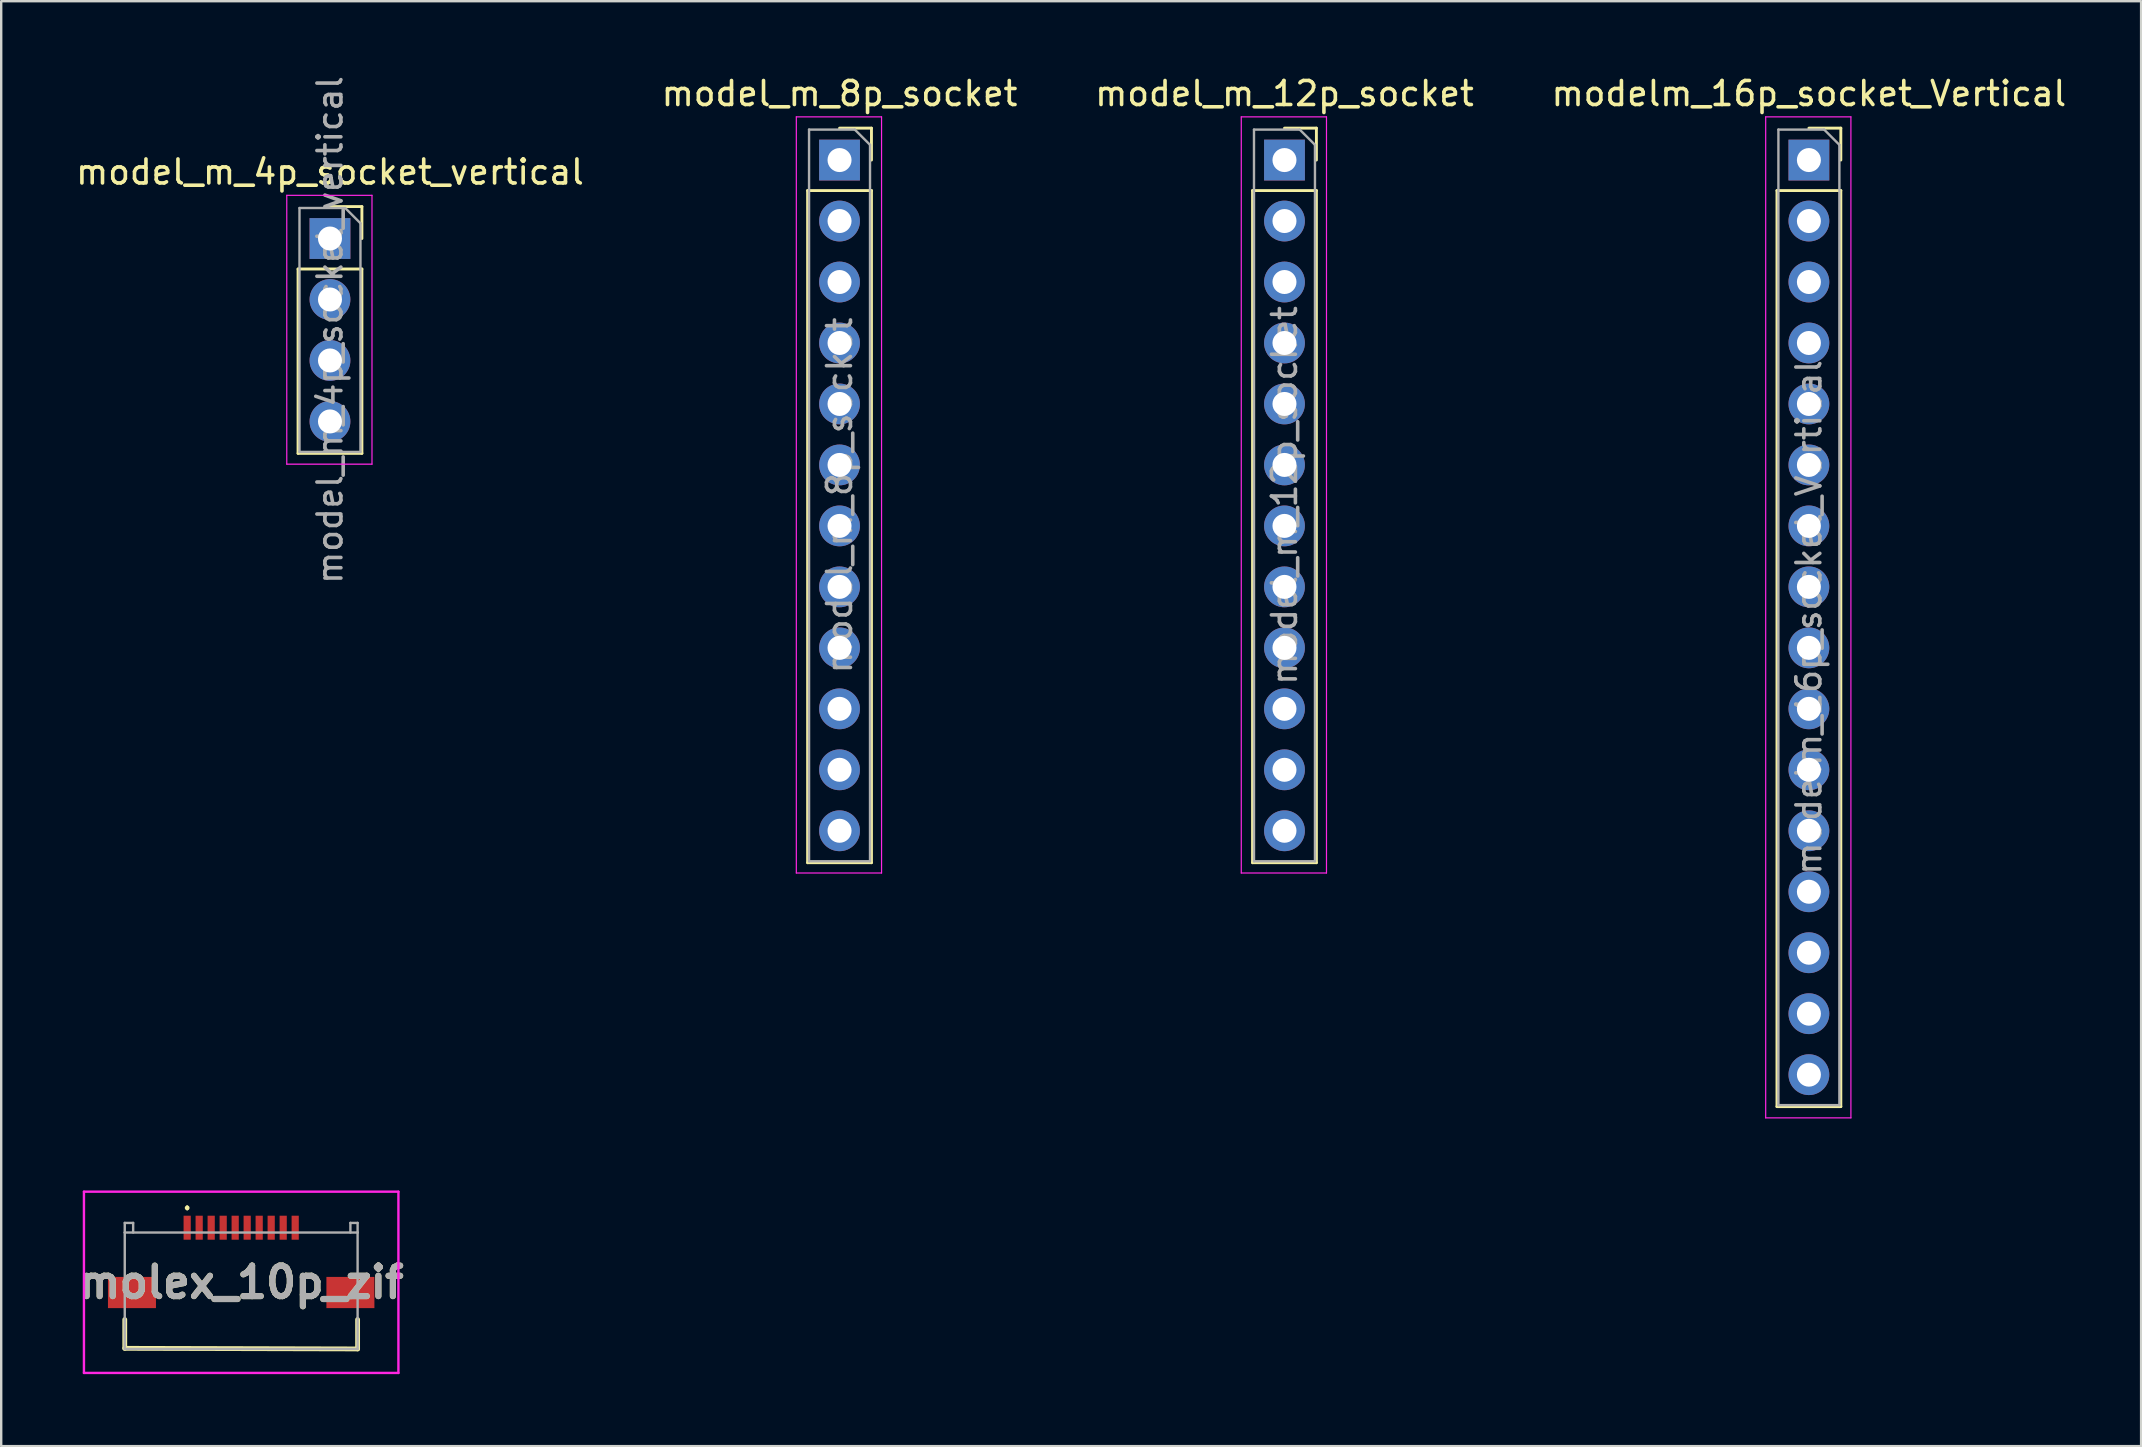
<source format=kicad_pcb>
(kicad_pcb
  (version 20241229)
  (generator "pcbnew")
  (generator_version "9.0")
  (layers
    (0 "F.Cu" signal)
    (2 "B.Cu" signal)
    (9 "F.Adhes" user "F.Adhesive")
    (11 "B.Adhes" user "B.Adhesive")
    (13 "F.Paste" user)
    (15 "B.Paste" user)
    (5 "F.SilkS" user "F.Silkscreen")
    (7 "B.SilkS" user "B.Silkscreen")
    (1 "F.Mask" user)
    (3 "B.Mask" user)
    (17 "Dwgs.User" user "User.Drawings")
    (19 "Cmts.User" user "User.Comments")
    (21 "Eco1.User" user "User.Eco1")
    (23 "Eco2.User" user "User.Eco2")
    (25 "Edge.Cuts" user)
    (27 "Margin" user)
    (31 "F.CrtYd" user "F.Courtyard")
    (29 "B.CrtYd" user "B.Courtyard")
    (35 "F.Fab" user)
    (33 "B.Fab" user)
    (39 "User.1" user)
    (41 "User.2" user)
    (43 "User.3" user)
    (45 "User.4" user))
  (footprint "model_m_4p_socket_vertical"
    (layer "F.Cu")
    (at 10.696 6.886)
    (property "Reference" "model_m_4p_socket_vertical" (at 0 -2.77 180) (layer "F.SilkS") (effects (font (size 1 1) (thickness 0.15))))
    (attr through_hole)
    (fp_line (start -1.33 1.27) (end -1.33 8.95) (stroke (width 0.12) (type solid)) (layer "F.SilkS"))
    (fp_line (start -1.33 1.27) (end 1.33 1.27) (stroke (width 0.12) (type solid)) (layer "F.SilkS"))
    (fp_line (start -1.33 8.95) (end 1.33 8.95) (stroke (width 0.12) (type solid)) (layer "F.SilkS"))
    (fp_line (start 0 -1.33) (end 1.33 -1.33) (stroke (width 0.12) (type solid)) (layer "F.SilkS"))
    (fp_line (start 1.33 -1.33) (end 1.33 0) (stroke (width 0.12) (type solid)) (layer "F.SilkS"))
    (fp_line (start 1.33 1.27) (end 1.33 8.95) (stroke (width 0.12) (type solid)) (layer "F.SilkS"))
    (fp_line (start -1.8 -1.8) (end 1.75 -1.8) (stroke (width 0.05) (type solid)) (layer "F.CrtYd"))
    (fp_line (start -1.8 9.4) (end -1.8 -1.8) (stroke (width 0.05) (type solid)) (layer "F.CrtYd"))
    (fp_line (start 1.75 -1.8) (end 1.75 9.4) (stroke (width 0.05) (type solid)) (layer "F.CrtYd"))
    (fp_line (start 1.75 9.4) (end -1.8 9.4) (stroke (width 0.05) (type solid)) (layer "F.CrtYd"))
    (fp_line (start -1.27 -1.27) (end 0.635 -1.27) (stroke (width 0.1) (type solid)) (layer "F.Fab"))
    (fp_line (start -1.27 8.89) (end -1.27 -1.27) (stroke (width 0.1) (type solid)) (layer "F.Fab"))
    (fp_line (start 0.635 -1.27) (end 1.27 -0.635) (stroke (width 0.1) (type solid)) (layer "F.Fab"))
    (fp_line (start 1.27 -0.635) (end 1.27 8.89) (stroke (width 0.1) (type solid)) (layer "F.Fab"))
    (fp_line (start 1.27 8.89) (end -1.27 8.89) (stroke (width 0.1) (type solid)) (layer "F.Fab"))
    (fp_text user "${REFERENCE}" (at 0 3.81 90) (layer "F.Fab") (effects (font (size 1 1) (thickness 0.15))))
    (pad "1" thru_hole rect (at 0 0) (size 1.7 1.7) (drill 1) (layers "*.Cu" "*.Mask"))
    (pad "2" thru_hole oval (at 0 2.54) (size 1.7 1.7) (drill 1) (layers "*.Cu" "*.Mask"))
    (pad "3" thru_hole oval (at 0 5.08) (size 1.7 1.7) (drill 1) (layers "*.Cu" "*.Mask"))
    (pad "4" thru_hole oval (at 0 7.62) (size 1.7 1.7) (drill 1) (layers "*.Cu" "*.Mask")))
  (footprint "modelm_16p_socket_Vertical"
    (layer "F.Cu")
    (at 72.304 3.618)
    (property "Reference" "modelm_16p_socket_Vertical" (at 0 -2.77 0) (layer "F.SilkS") (effects (font (size 1 1) (thickness 0.15))))
    (attr through_hole)
    (fp_line (start -1.33 1.27) (end -1.33 39.43) (stroke (width 0.12) (type solid)) (layer "F.SilkS"))
    (fp_line (start -1.33 1.27) (end 1.33 1.27) (stroke (width 0.12) (type solid)) (layer "F.SilkS"))
    (fp_line (start -1.33 39.43) (end 1.33 39.43) (stroke (width 0.12) (type solid)) (layer "F.SilkS"))
    (fp_line (start 0 -1.33) (end 1.33 -1.33) (stroke (width 0.12) (type solid)) (layer "F.SilkS"))
    (fp_line (start 1.33 -1.33) (end 1.33 0) (stroke (width 0.12) (type solid)) (layer "F.SilkS"))
    (fp_line (start 1.33 1.27) (end 1.33 39.43) (stroke (width 0.12) (type solid)) (layer "F.SilkS"))
    (fp_line (start -1.8 -1.8) (end 1.75 -1.8) (stroke (width 0.05) (type solid)) (layer "F.CrtYd"))
    (fp_line (start -1.8 39.9) (end -1.8 -1.8) (stroke (width 0.05) (type solid)) (layer "F.CrtYd"))
    (fp_line (start 1.75 -1.8) (end 1.75 39.9) (stroke (width 0.05) (type solid)) (layer "F.CrtYd"))
    (fp_line (start 1.75 39.9) (end -1.8 39.9) (stroke (width 0.05) (type solid)) (layer "F.CrtYd"))
    (fp_line (start -1.27 -1.27) (end 0.635 -1.27) (stroke (width 0.1) (type solid)) (layer "F.Fab"))
    (fp_line (start -1.27 39.37) (end -1.27 -1.27) (stroke (width 0.1) (type solid)) (layer "F.Fab"))
    (fp_line (start 0.635 -1.27) (end 1.27 -0.635) (stroke (width 0.1) (type solid)) (layer "F.Fab"))
    (fp_line (start 1.27 -0.635) (end 1.27 39.37) (stroke (width 0.1) (type solid)) (layer "F.Fab"))
    (fp_line (start 1.27 39.37) (end -1.27 39.37) (stroke (width 0.1) (type solid)) (layer "F.Fab"))
    (fp_text user "${REFERENCE}" (at 0 19.05 90) (layer "F.Fab") (effects (font (size 1 1) (thickness 0.15))))
    (pad "1" thru_hole rect (at 0 0) (size 1.7 1.7) (drill 1) (layers "*.Cu" "*.Mask"))
    (pad "2" thru_hole oval (at 0 2.54) (size 1.7 1.7) (drill 1) (layers "*.Cu" "*.Mask"))
    (pad "3" thru_hole oval (at 0 5.08) (size 1.7 1.7) (drill 1) (layers "*.Cu" "*.Mask"))
    (pad "4" thru_hole oval (at 0 7.62) (size 1.7 1.7) (drill 1) (layers "*.Cu" "*.Mask"))
    (pad "5" thru_hole oval (at 0 10.16) (size 1.7 1.7) (drill 1) (layers "*.Cu" "*.Mask"))
    (pad "6" thru_hole oval (at 0 12.7) (size 1.7 1.7) (drill 1) (layers "*.Cu" "*.Mask"))
    (pad "7" thru_hole oval (at 0 15.24) (size 1.7 1.7) (drill 1) (layers "*.Cu" "*.Mask"))
    (pad "8" thru_hole oval (at 0 17.78) (size 1.7 1.7) (drill 1) (layers "*.Cu" "*.Mask"))
    (pad "9" thru_hole oval (at 0 20.32) (size 1.7 1.7) (drill 1) (layers "*.Cu" "*.Mask"))
    (pad "10" thru_hole oval (at 0 22.86) (size 1.7 1.7) (drill 1) (layers "*.Cu" "*.Mask"))
    (pad "11" thru_hole oval (at 0 25.4) (size 1.7 1.7) (drill 1) (layers "*.Cu" "*.Mask"))
    (pad "12" thru_hole oval (at 0 27.94) (size 1.7 1.7) (drill 1) (layers "*.Cu" "*.Mask"))
    (pad "13" thru_hole oval (at 0 30.48) (size 1.7 1.7) (drill 1) (layers "*.Cu" "*.Mask"))
    (pad "14" thru_hole oval (at 0 33.02) (size 1.7 1.7) (drill 1) (layers "*.Cu" "*.Mask"))
    (pad "15" thru_hole oval (at 0 35.56) (size 1.7 1.7) (drill 1) (layers "*.Cu" "*.Mask"))
    (pad "16" thru_hole oval (at 0 38.1) (size 1.7 1.7) (drill 1) (layers "*.Cu" "*.Mask")))
  (footprint "molex_10p_zif"
    (layer "F.Cu")
    (at 6.997 50.518)
    (property "Reference" "molex_10p_zif" (at 0 -0.15 0) (layer "F.SilkS") (effects (font (size 1.27 1.27) (thickness 0.254))))
    (attr smd)
    (fp_line (start -4.85 1.4) (end -4.85 2.6) (stroke (width 0.2) (type solid)) (layer "F.SilkS"))
    (fp_line (start -4.85 2.6) (end 4.85 2.625) (stroke (width 0.2) (type solid)) (layer "F.SilkS"))
    (fp_line (start -2.25 -3.3) (end -2.25 -3.3) (stroke (width 0.1) (type solid)) (layer "F.SilkS"))
    (fp_line (start -2.25 -3.2) (end -2.25 -3.2) (stroke (width 0.1) (type solid)) (layer "F.SilkS"))
    (fp_line (start 4.85 2.625) (end 4.85 1.4) (stroke (width 0.2) (type solid)) (layer "F.SilkS"))
    (fp_arc (start -2.25 -3.3) (mid -2.2 -3.25) (end -2.25 -3.2) (stroke (width 0.1) (type solid)) (layer "F.SilkS"))
    (fp_arc (start -2.25 -3.2) (mid -2.3 -3.25) (end -2.25 -3.3) (stroke (width 0.1) (type solid)) (layer "F.SilkS"))
    (fp_line (start -6.55 -3.925) (end 6.55 -3.925) (stroke (width 0.1) (type solid)) (layer "F.CrtYd"))
    (fp_line (start -6.55 3.625) (end -6.55 -3.925) (stroke (width 0.1) (type solid)) (layer "F.CrtYd"))
    (fp_line (start 6.55 -3.925) (end 6.55 3.625) (stroke (width 0.1) (type solid)) (layer "F.CrtYd"))
    (fp_line (start 6.55 3.625) (end -6.55 3.625) (stroke (width 0.1) (type solid)) (layer "F.CrtYd"))
    (fp_line (start -4.85 -2.625) (end -4.5 -2.625) (stroke (width 0.1) (type solid)) (layer "F.Fab"))
    (fp_line (start -4.85 -2.225) (end -4.85 -2.625) (stroke (width 0.1) (type solid)) (layer "F.Fab"))
    (fp_line (start -4.85 -2.225) (end 4.85 -2.225) (stroke (width 0.1) (type solid)) (layer "F.Fab"))
    (fp_line (start -4.85 2.625) (end -4.85 -2.225) (stroke (width 0.1) (type solid)) (layer "F.Fab"))
    (fp_line (start -4.5 -2.625) (end -4.5 -2.225) (stroke (width 0.1) (type solid)) (layer "F.Fab"))
    (fp_line (start 4.55 -2.625) (end 4.55 -2.225) (stroke (width 0.1) (type solid)) (layer "F.Fab"))
    (fp_line (start 4.85 -2.625) (end 4.55 -2.625) (stroke (width 0.1) (type solid)) (layer "F.Fab"))
    (fp_line (start 4.85 -2.225) (end 4.85 -2.625) (stroke (width 0.1) (type solid)) (layer "F.Fab"))
    (fp_line (start 4.85 -2.225) (end 4.85 2.625) (stroke (width 0.1) (type solid)) (layer "F.Fab"))
    (fp_line (start 4.85 2.625) (end -4.85 2.625) (stroke (width 0.1) (type solid)) (layer "F.Fab"))
    (fp_text user "${REFERENCE}" (at 0 -0.15 0) (layer "F.Fab") (effects (font (size 1.27 1.27) (thickness 0.254))))
    (pad "1" smd rect (at -2.25 -2.425) (size 0.3 1) (layers "F.Cu" "F.Mask" "F.Paste"))
    (pad "2" smd rect (at -1.75 -2.425) (size 0.3 1) (layers "F.Cu" "F.Mask" "F.Paste"))
    (pad "3" smd rect (at -1.25 -2.425) (size 0.3 1) (layers "F.Cu" "F.Mask" "F.Paste"))
    (pad "4" smd rect (at -0.75 -2.425) (size 0.3 1) (layers "F.Cu" "F.Mask" "F.Paste"))
    (pad "5" smd rect (at -0.25 -2.425) (size 0.3 1) (layers "F.Cu" "F.Mask" "F.Paste"))
    (pad "6" smd rect (at 0.25 -2.425) (size 0.3 1) (layers "F.Cu" "F.Mask" "F.Paste"))
    (pad "7" smd rect (at 0.75 -2.425) (size 0.3 1) (layers "F.Cu" "F.Mask" "F.Paste"))
    (pad "8" smd rect (at 1.25 -2.425) (size 0.3 1) (layers "F.Cu" "F.Mask" "F.Paste"))
    (pad "9" smd rect (at 1.75 -2.425) (size 0.3 1) (layers "F.Cu" "F.Mask" "F.Paste"))
    (pad "10" smd rect (at 2.25 -2.425) (size 0.3 1) (layers "F.Cu" "F.Mask" "F.Paste"))
    (pad "MP1" smd rect (at -4.55 0.275 90) (size 1.3 2) (layers "F.Cu" "F.Mask" "F.Paste"))
    (pad "MP2" smd rect (at 4.55 0.275 90) (size 1.3 2) (layers "F.Cu" "F.Mask" "F.Paste")))
  (footprint "model_m_12p_socket"
    (layer "F.Cu")
    (at 50.458 3.618)
    (property "Reference" "model_m_12p_socket" (at 0 -2.77 0) (layer "F.SilkS") (effects (font (size 1 1) (thickness 0.15))))
    (attr through_hole)
    (fp_line (start -1.33 1.27) (end -1.33 29.27) (stroke (width 0.12) (type solid)) (layer "F.SilkS"))
    (fp_line (start -1.33 1.27) (end 1.33 1.27) (stroke (width 0.12) (type solid)) (layer "F.SilkS"))
    (fp_line (start -1.33 29.27) (end 1.33 29.27) (stroke (width 0.12) (type solid)) (layer "F.SilkS"))
    (fp_line (start 0 -1.33) (end 1.33 -1.33) (stroke (width 0.12) (type solid)) (layer "F.SilkS"))
    (fp_line (start 1.33 -1.33) (end 1.33 0) (stroke (width 0.12) (type solid)) (layer "F.SilkS"))
    (fp_line (start 1.33 1.27) (end 1.33 29.27) (stroke (width 0.12) (type solid)) (layer "F.SilkS"))
    (fp_line (start -1.8 -1.8) (end 1.75 -1.8) (stroke (width 0.05) (type solid)) (layer "F.CrtYd"))
    (fp_line (start -1.8 29.7) (end -1.8 -1.8) (stroke (width 0.05) (type solid)) (layer "F.CrtYd"))
    (fp_line (start 1.75 -1.8) (end 1.75 29.7) (stroke (width 0.05) (type solid)) (layer "F.CrtYd"))
    (fp_line (start 1.75 29.7) (end -1.8 29.7) (stroke (width 0.05) (type solid)) (layer "F.CrtYd"))
    (fp_line (start -1.27 -1.27) (end 0.635 -1.27) (stroke (width 0.1) (type solid)) (layer "F.Fab"))
    (fp_line (start -1.27 29.21) (end -1.27 -1.27) (stroke (width 0.1) (type solid)) (layer "F.Fab"))
    (fp_line (start 0.635 -1.27) (end 1.27 -0.635) (stroke (width 0.1) (type solid)) (layer "F.Fab"))
    (fp_line (start 1.27 -0.635) (end 1.27 29.21) (stroke (width 0.1) (type solid)) (layer "F.Fab"))
    (fp_line (start 1.27 29.21) (end -1.27 29.21) (stroke (width 0.1) (type solid)) (layer "F.Fab"))
    (fp_text user "${REFERENCE}" (at 0 13.97 90) (layer "F.Fab") (effects (font (size 1 1) (thickness 0.15))))
    (pad "1" thru_hole rect (at 0 0) (size 1.7 1.7) (drill 1) (layers "*.Cu" "*.Mask"))
    (pad "2" thru_hole oval (at 0 2.54) (size 1.7 1.7) (drill 1) (layers "*.Cu" "*.Mask"))
    (pad "3" thru_hole oval (at 0 5.08) (size 1.7 1.7) (drill 1) (layers "*.Cu" "*.Mask"))
    (pad "4" thru_hole oval (at 0 7.62) (size 1.7 1.7) (drill 1) (layers "*.Cu" "*.Mask"))
    (pad "5" thru_hole oval (at 0 10.16) (size 1.7 1.7) (drill 1) (layers "*.Cu" "*.Mask"))
    (pad "6" thru_hole oval (at 0 12.7) (size 1.7 1.7) (drill 1) (layers "*.Cu" "*.Mask"))
    (pad "7" thru_hole oval (at 0 15.24) (size 1.7 1.7) (drill 1) (layers "*.Cu" "*.Mask"))
    (pad "8" thru_hole oval (at 0 17.78) (size 1.7 1.7) (drill 1) (layers "*.Cu" "*.Mask"))
    (pad "9" thru_hole oval (at 0 20.32) (size 1.7 1.7) (drill 1) (layers "*.Cu" "*.Mask"))
    (pad "10" thru_hole oval (at 0 22.86) (size 1.7 1.7) (drill 1) (layers "*.Cu" "*.Mask"))
    (pad "11" thru_hole oval (at 0 25.4) (size 1.7 1.7) (drill 1) (layers "*.Cu" "*.Mask"))
    (pad "12" thru_hole oval (at 0 27.94) (size 1.7 1.7) (drill 1) (layers "*.Cu" "*.Mask")))
  (footprint "model_m_8p_socket"
    (layer "F.Cu")
    (at 31.923 3.618)
    (property "Reference" "model_m_8p_socket" (at 0 -2.77 0) (layer "F.SilkS") (effects (font (size 1 1) (thickness 0.15))))
    (attr through_hole)
    (fp_line (start -1.33 1.27) (end -1.33 29.27) (stroke (width 0.12) (type solid)) (layer "F.SilkS"))
    (fp_line (start -1.33 1.27) (end 1.33 1.27) (stroke (width 0.12) (type solid)) (layer "F.SilkS"))
    (fp_line (start -1.33 29.27) (end 1.33 29.27) (stroke (width 0.12) (type solid)) (layer "F.SilkS"))
    (fp_line (start 0 -1.33) (end 1.33 -1.33) (stroke (width 0.12) (type solid)) (layer "F.SilkS"))
    (fp_line (start 1.33 -1.33) (end 1.33 0) (stroke (width 0.12) (type solid)) (layer "F.SilkS"))
    (fp_line (start 1.33 1.27) (end 1.33 29.27) (stroke (width 0.12) (type solid)) (layer "F.SilkS"))
    (fp_line (start -1.8 -1.8) (end 1.75 -1.8) (stroke (width 0.05) (type solid)) (layer "F.CrtYd"))
    (fp_line (start -1.8 29.7) (end -1.8 -1.8) (stroke (width 0.05) (type solid)) (layer "F.CrtYd"))
    (fp_line (start 1.75 -1.8) (end 1.75 29.7) (stroke (width 0.05) (type solid)) (layer "F.CrtYd"))
    (fp_line (start 1.75 29.7) (end -1.8 29.7) (stroke (width 0.05) (type solid)) (layer "F.CrtYd"))
    (fp_line (start -1.27 -1.27) (end 0.635 -1.27) (stroke (width 0.1) (type solid)) (layer "F.Fab"))
    (fp_line (start -1.27 29.21) (end -1.27 -1.27) (stroke (width 0.1) (type solid)) (layer "F.Fab"))
    (fp_line (start 0.635 -1.27) (end 1.27 -0.635) (stroke (width 0.1) (type solid)) (layer "F.Fab"))
    (fp_line (start 1.27 -0.635) (end 1.27 29.21) (stroke (width 0.1) (type solid)) (layer "F.Fab"))
    (fp_line (start 1.27 29.21) (end -1.27 29.21) (stroke (width 0.1) (type solid)) (layer "F.Fab"))
    (fp_text user "${REFERENCE}" (at 0 13.97 90) (layer "F.Fab") (effects (font (size 1 1) (thickness 0.15))))
    (pad "1" thru_hole rect (at 0 0) (size 1.7 1.7) (drill 1) (layers "*.Cu" "*.Mask"))
    (pad "2" thru_hole oval (at 0 2.54) (size 1.7 1.7) (drill 1) (layers "*.Cu" "*.Mask"))
    (pad "3" thru_hole oval (at 0 5.08) (size 1.7 1.7) (drill 1) (layers "*.Cu" "*.Mask"))
    (pad "4" thru_hole oval (at 0 7.62) (size 1.7 1.7) (drill 1) (layers "*.Cu" "*.Mask"))
    (pad "5" thru_hole oval (at 0 10.16) (size 1.7 1.7) (drill 1) (layers "*.Cu" "*.Mask"))
    (pad "6" thru_hole oval (at 0 12.7) (size 1.7 1.7) (drill 1) (layers "*.Cu" "*.Mask"))
    (pad "7" thru_hole oval (at 0 15.24) (size 1.7 1.7) (drill 1) (layers "*.Cu" "*.Mask"))
    (pad "8" thru_hole oval (at 0 17.78) (size 1.7 1.7) (drill 1) (layers "*.Cu" "*.Mask"))
    (pad "9" thru_hole oval (at 0 20.32) (size 1.7 1.7) (drill 1) (layers "*.Cu" "*.Mask"))
    (pad "10" thru_hole oval (at 0 22.86) (size 1.7 1.7) (drill 1) (layers "*.Cu" "*.Mask"))
    (pad "11" thru_hole oval (at 0 25.4) (size 1.7 1.7) (drill 1) (layers "*.Cu" "*.Mask"))
    (pad "12" thru_hole oval (at 0 27.94) (size 1.7 1.7) (drill 1) (layers "*.Cu" "*.Mask")))
  (gr_rect
    (start -3 -3)
    (end 86.143 57.193)
    (stroke (width 0.1) (type default))
    (fill no)
    (layer "Edge.Cuts")))
</source>
